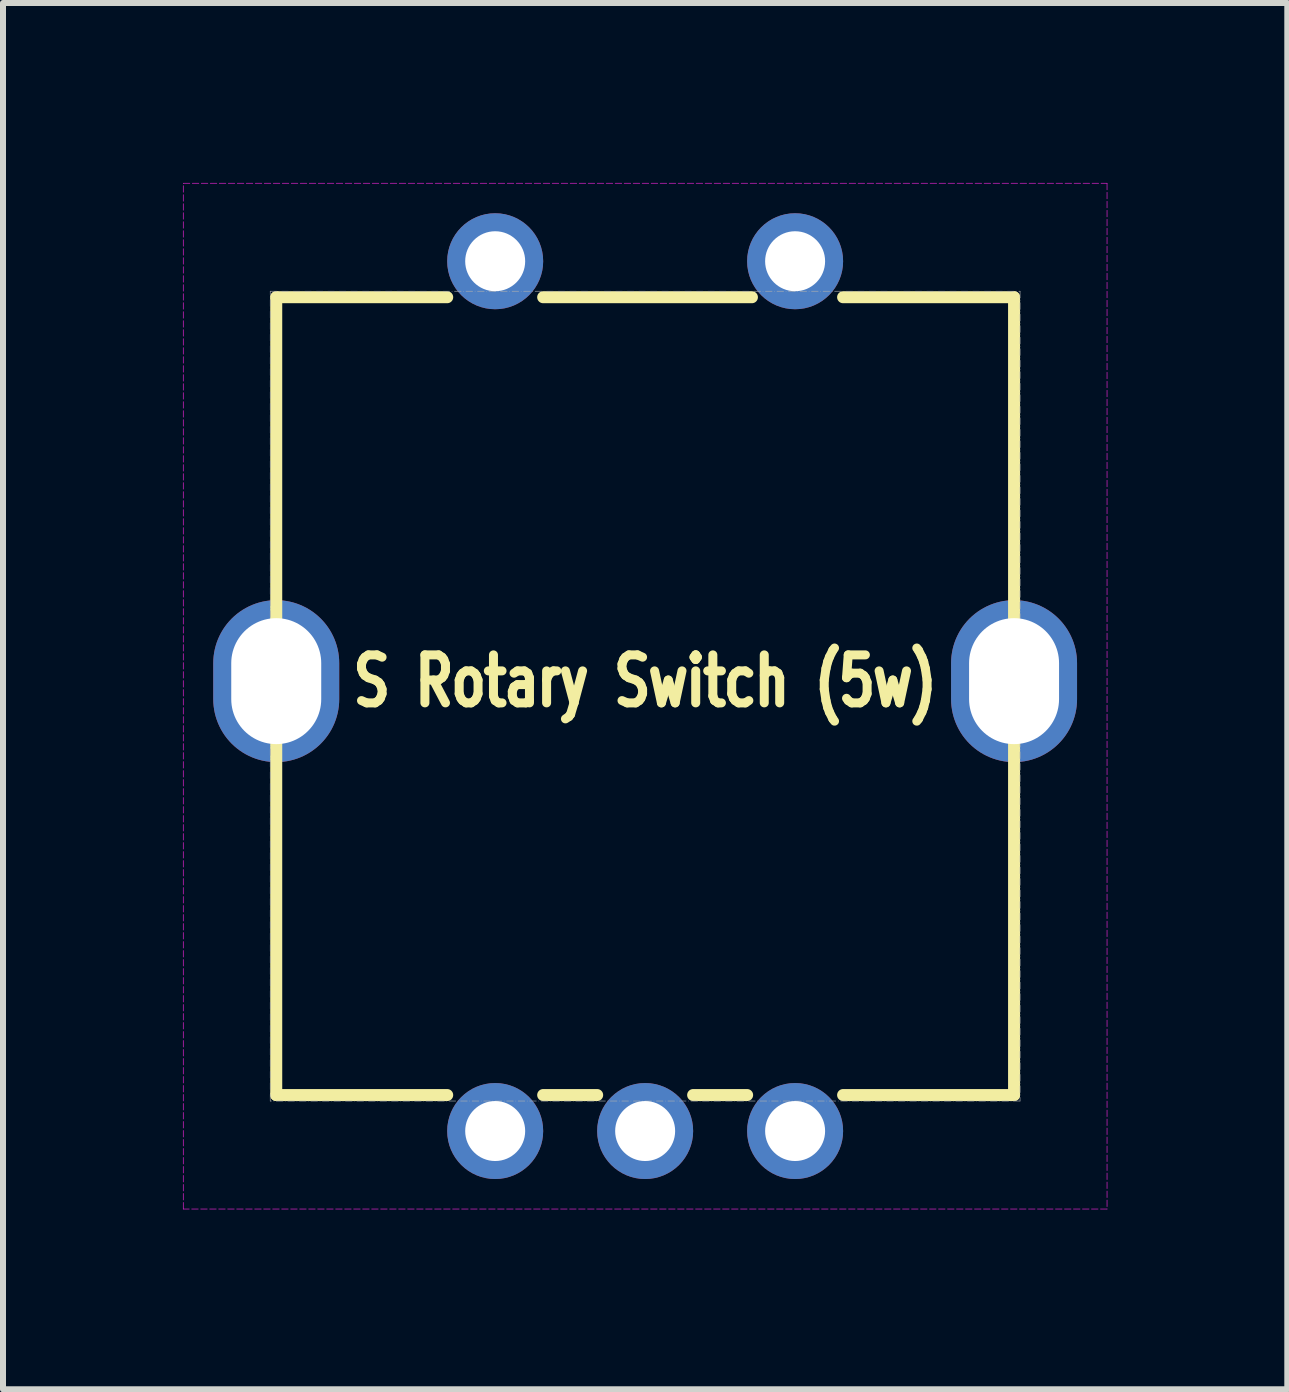
<source format=kicad_pcb>
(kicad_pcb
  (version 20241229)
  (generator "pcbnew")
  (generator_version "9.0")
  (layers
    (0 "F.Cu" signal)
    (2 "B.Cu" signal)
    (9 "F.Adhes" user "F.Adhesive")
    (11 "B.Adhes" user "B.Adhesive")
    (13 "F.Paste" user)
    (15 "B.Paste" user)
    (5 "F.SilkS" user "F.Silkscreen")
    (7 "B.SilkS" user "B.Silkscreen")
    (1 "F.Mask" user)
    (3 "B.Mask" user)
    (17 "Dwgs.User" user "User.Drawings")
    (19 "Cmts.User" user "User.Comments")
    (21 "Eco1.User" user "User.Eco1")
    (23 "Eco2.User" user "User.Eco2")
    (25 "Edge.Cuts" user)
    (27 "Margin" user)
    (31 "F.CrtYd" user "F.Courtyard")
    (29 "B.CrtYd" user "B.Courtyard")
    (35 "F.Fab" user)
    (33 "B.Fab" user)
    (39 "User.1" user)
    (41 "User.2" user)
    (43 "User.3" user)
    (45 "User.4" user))
  (footprint "S Rotary Switch (5w)"
    (layer "F.Cu")
    (at 7.705 8.305)
    (property "Reference" "S Rotary Switch (5w)" (at 0 0 0) (unlocked yes) (layer "F.SilkS") (effects (font (size 0.8 0.6) (thickness 0.15))))
    (attr through_hole)
    (private_layers "User.7")
    (fp_line (start -6.15 -6.4) (end -6.15 6.9) (stroke (width 0.2) (type default)) (layer "F.SilkS"))
    (fp_line (start -3.3 -6.4) (end -6.15 -6.4) (stroke (width 0.2) (type default)) (layer "F.SilkS"))
    (fp_line (start -3.3 6.9) (end -6.15 6.9) (stroke (width 0.2) (type default)) (layer "F.SilkS"))
    (fp_line (start -0.8 6.9) (end -1.7 6.9) (stroke (width 0.2) (type default)) (layer "F.SilkS"))
    (fp_line (start 0.8 6.9) (end 1.7 6.9) (stroke (width 0.2) (type default)) (layer "F.SilkS"))
    (fp_line (start 1.78 -6.4) (end -1.7 -6.4) (stroke (width 0.2) (type default)) (layer "F.SilkS"))
    (fp_line (start 3.3 -6.4) (end 6.15 -6.4) (stroke (width 0.2) (type default)) (layer "F.SilkS"))
    (fp_line (start 3.3 6.9) (end 6.15 6.9) (stroke (width 0.2) (type default)) (layer "F.SilkS"))
    (fp_line (start 6.15 -6.4) (end 6.15 6.9) (stroke (width 0.2) (type default)) (layer "F.SilkS"))
    (fp_rect (start -7.7 -8.3) (end 7.7 8.8) (stroke (width 0.01) (type dash)) (fill no) (layer "F.CrtYd"))
    (fp_rect (start -6.25 -6.5) (end 6.25 7) (stroke (width 0.01) (type dash_dot)) (fill no) (layer "F.Fab"))
    (pad "1" thru_hole circle (at -2.5 -7) (size 1.6 1.6) (drill 1) (layers "*.Cu" "*.Mask"))
    (pad "2" thru_hole circle (at 2.5 -7) (size 1.6 1.6) (drill 1) (layers "*.Cu" "*.Mask"))
    (pad "A" thru_hole circle (at -2.5 7.5) (size 1.6 1.6) (drill 1) (layers "*.Cu" "*.Mask"))
    (pad "B" thru_hole circle (at 2.5 7.5) (size 1.6 1.6) (drill 1) (layers "*.Cu" "*.Mask"))
    (pad "C" thru_hole circle (at 0 7.5) (size 1.6 1.6) (drill 1) (layers "*.Cu" "*.Mask"))
    (pad "MH" thru_hole oval (at -6.15 0) (size 2.1 2.7) (drill oval 1.5 2.1) (layers "*.Cu" "*.Mask" "F.Paste"))
    (pad "MH" thru_hole oval (at 6.15 0) (size 2.1 2.7) (drill oval 1.5 2.1) (layers "*.Cu" "*.Mask" "F.Paste")))
  (gr_rect
    (start -3 -3)
    (end 18.41 20.11)
    (stroke (width 0.1) (type default))
    (fill no)
    (layer "Edge.Cuts")))
</source>
